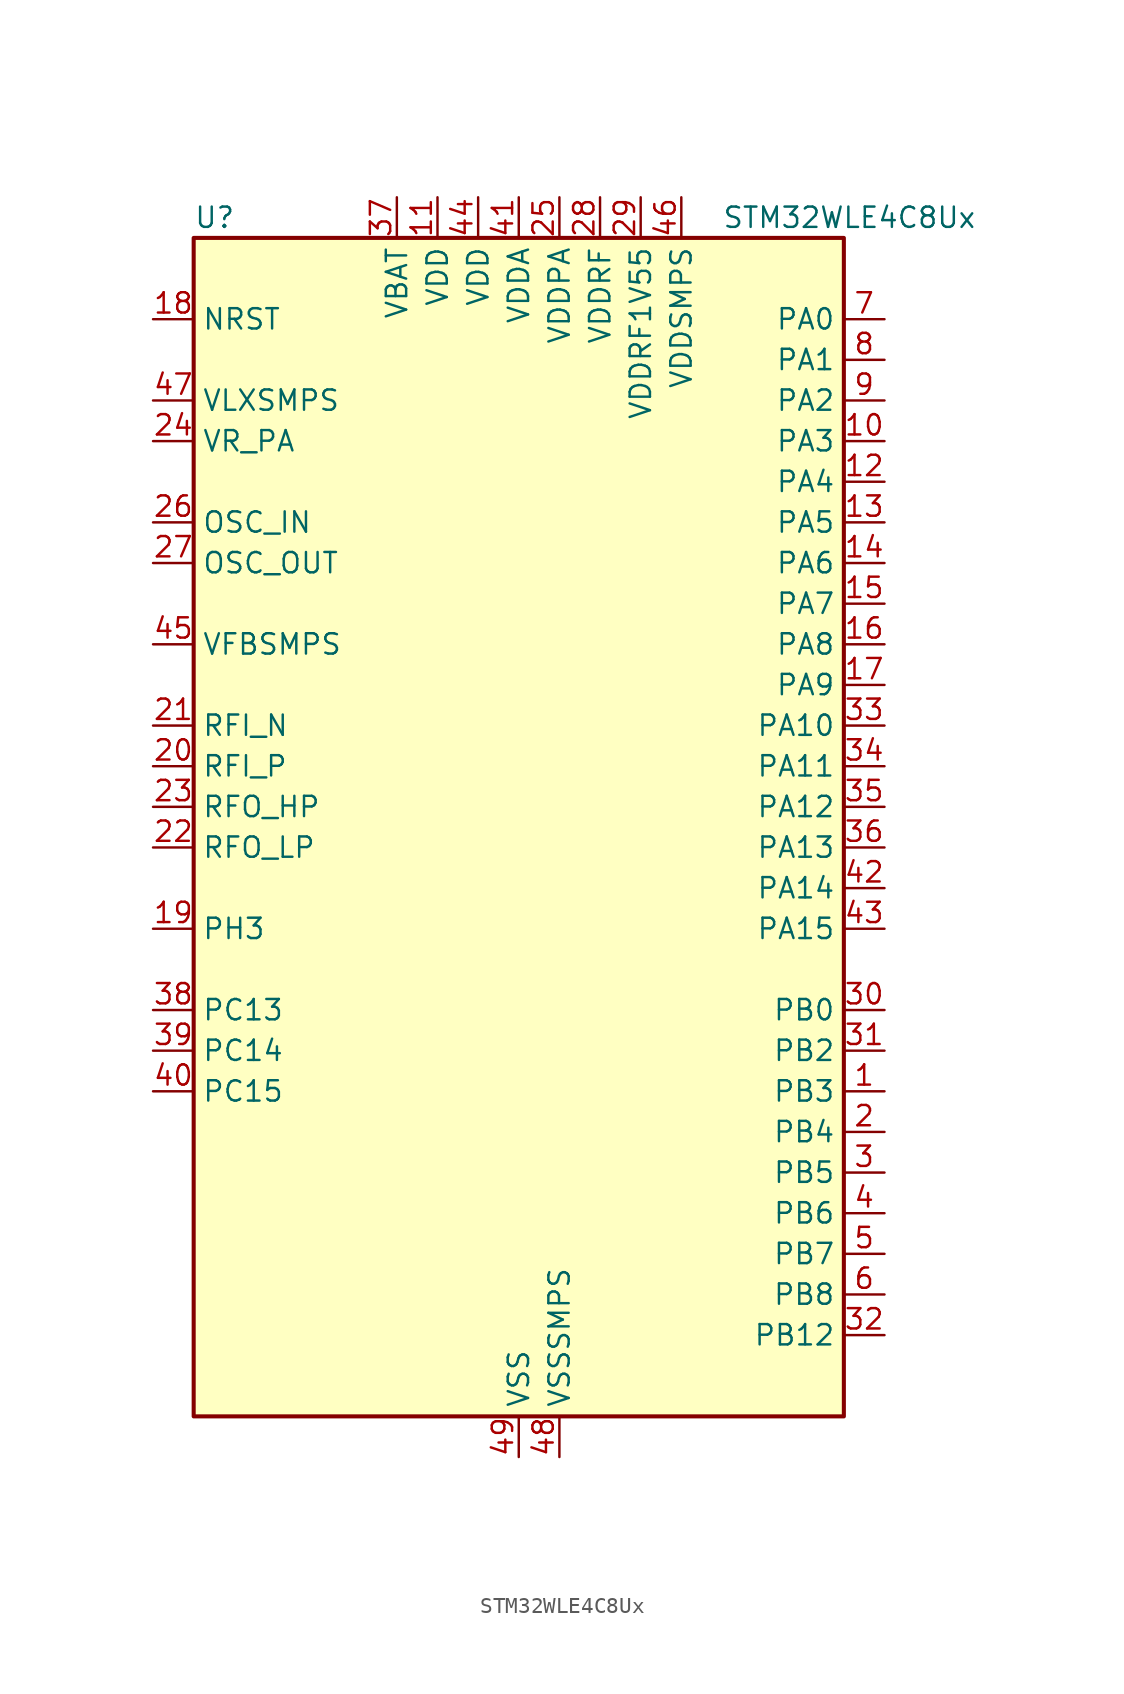
<source format=kicad_sym>
(kicad_symbol_lib
  (version 20241209)
  (generator "kicad_symbol_editor")
  (generator_version "9.0")
  (symbol "STM32WLE4C8Ux"
    (property "Reference" "U"
      (at -20.32 39.37 0)
      (effects (font (size 1.27 1.27)) (justify left)))
    (property "Value" "STM32WLE4C8Ux"
      (at 12.7 39.37 0)
      (effects (font (size 1.27 1.27)) (justify left)))
    (symbol "STM32WLE4C8Ux_0_1"
      (rectangle (start -20.32 -35.56) (end 20.32 38.1) (stroke (width 0.254) (type default)) (fill (type background))))
    (symbol "STM32WLE4C8Ux_1_1"
      (pin input line (at -22.86 33.02 0) (length 2.54) (name "NRST" (effects (font (size 1.27 1.27)))) (number "18" (effects (font (size 1.27 1.27)))))
      (pin power_in line (at -22.86 27.94 0) (length 2.54) (name "VLXSMPS" (effects (font (size 1.27 1.27)))) (number "47" (effects (font (size 1.27 1.27)))))
      (pin power_in line (at -22.86 25.4 0) (length 2.54) (name "VR_PA" (effects (font (size 1.27 1.27)))) (number "24" (effects (font (size 1.27 1.27)))))
      (pin input line (at -22.86 20.32 0) (length 2.54) (name "OSC_IN" (effects (font (size 1.27 1.27)))) (number "26" (effects (font (size 1.27 1.27)))) (alternate "RCC_OSC_IN" bidirectional line))
      (pin input line (at -22.86 17.78 0) (length 2.54) (name "OSC_OUT" (effects (font (size 1.27 1.27)))) (number "27" (effects (font (size 1.27 1.27)))) (alternate "RCC_OSC_OUT" bidirectional line))
      (pin input line (at -22.86 12.7 0) (length 2.54) (name "VFBSMPS" (effects (font (size 1.27 1.27)))) (number "45" (effects (font (size 1.27 1.27)))))
      (pin bidirectional line (at -22.86 7.62 0) (length 2.54) (name "RFI_N" (effects (font (size 1.27 1.27)))) (number "21" (effects (font (size 1.27 1.27)))))
      (pin bidirectional line (at -22.86 5.08 0) (length 2.54) (name "RFI_P" (effects (font (size 1.27 1.27)))) (number "20" (effects (font (size 1.27 1.27)))))
      (pin bidirectional line (at -22.86 2.54 0) (length 2.54) (name "RFO_HP" (effects (font (size 1.27 1.27)))) (number "23" (effects (font (size 1.27 1.27)))))
      (pin bidirectional line (at -22.86 0 0) (length 2.54) (name "RFO_LP" (effects (font (size 1.27 1.27)))) (number "22" (effects (font (size 1.27 1.27)))))
      (pin bidirectional line (at -22.86 -5.08 0) (length 2.54) (name "PH3" (effects (font (size 1.27 1.27)))) (number "19" (effects (font (size 1.27 1.27)))))
      (pin bidirectional line (at -22.86 -10.16 0) (length 2.54) (name "PC13" (effects (font (size 1.27 1.27)))) (number "38" (effects (font (size 1.27 1.27)))) (alternate "PWR_WKUP2" bidirectional line) (alternate "RTC_OUT1" bidirectional line) (alternate "RTC_TAMP_IN1" bidirectional line) (alternate "RTC_TS" bidirectional line))
      (pin bidirectional line (at -22.86 -12.7 0) (length 2.54) (name "PC14" (effects (font (size 1.27 1.27)))) (number "39" (effects (font (size 1.27 1.27)))) (alternate "RCC_OSC32_IN" bidirectional line))
      (pin bidirectional line (at -22.86 -15.24 0) (length 2.54) (name "PC15" (effects (font (size 1.27 1.27)))) (number "40" (effects (font (size 1.27 1.27)))) (alternate "RCC_OSC32_OUT" bidirectional line))
      (pin power_in line (at -7.62 40.64 270) (length 2.54) (name "VBAT" (effects (font (size 1.27 1.27)))) (number "37" (effects (font (size 1.27 1.27)))))
      (pin power_in line (at -5.08 40.64 270) (length 2.54) (name "VDD" (effects (font (size 1.27 1.27)))) (number "11" (effects (font (size 1.27 1.27)))))
      (pin power_in line (at -2.54 40.64 270) (length 2.54) (name "VDD" (effects (font (size 1.27 1.27)))) (number "44" (effects (font (size 1.27 1.27)))))
      (pin power_in line (at 0 40.64 270) (length 2.54) (name "VDDA" (effects (font (size 1.27 1.27)))) (number "41" (effects (font (size 1.27 1.27)))))
      (pin power_in line (at 0 -38.1 90) (length 2.54) (name "VSS" (effects (font (size 1.27 1.27)))) (number "49" (effects (font (size 1.27 1.27)))))
      (pin power_in line (at 2.54 40.64 270) (length 2.54) (name "VDDPA" (effects (font (size 1.27 1.27)))) (number "25" (effects (font (size 1.27 1.27)))))
      (pin power_in line (at 2.54 -38.1 90) (length 2.54) (name "VSSSMPS" (effects (font (size 1.27 1.27)))) (number "48" (effects (font (size 1.27 1.27)))))
      (pin power_in line (at 5.08 40.64 270) (length 2.54) (name "VDDRF" (effects (font (size 1.27 1.27)))) (number "28" (effects (font (size 1.27 1.27)))))
      (pin power_in line (at 7.62 40.64 270) (length 2.54) (name "VDDRF1V55" (effects (font (size 1.27 1.27)))) (number "29" (effects (font (size 1.27 1.27)))))
      (pin power_in line (at 10.16 40.64 270) (length 2.54) (name "VDDSMPS" (effects (font (size 1.27 1.27)))) (number "46" (effects (font (size 1.27 1.27)))))
      (pin bidirectional line (at 22.86 33.02 180) (length 2.54) (name "PA0" (effects (font (size 1.27 1.27)))) (number "7" (effects (font (size 1.27 1.27)))) (alternate "COMP1_OUT" bidirectional line) (alternate "DEBUG_PWR-REGLP1S" bidirectional line) (alternate "I2C3_SMBA" bidirectional line) (alternate "I2S_CKIN" bidirectional line) (alternate "PWR_WKUP1" bidirectional line) (alternate "RTC_TAMP_IN2" bidirectional line) (alternate "TIM2_CH1" bidirectional line) (alternate "TIM2_ETR" bidirectional line) (alternate "USART2_CTS" bidirectional line) (alternate "USART2_NSS" bidirectional line))
      (pin bidirectional line (at 22.86 30.48 180) (length 2.54) (name "PA1" (effects (font (size 1.27 1.27)))) (number "8" (effects (font (size 1.27 1.27)))) (alternate "DEBUG_PWR-REGLP2S" bidirectional line) (alternate "I2C1_SMBA" bidirectional line) (alternate "LPTIM3_OUT" bidirectional line) (alternate "LPUART1_RTS" bidirectional line) (alternate "SPI1_SCK" bidirectional line) (alternate "TIM2_CH2" bidirectional line) (alternate "USART2_DE" bidirectional line) (alternate "USART2_RTS" bidirectional line))
      (pin bidirectional line (at 22.86 27.94 180) (length 2.54) (name "PA2" (effects (font (size 1.27 1.27)))) (number "9" (effects (font (size 1.27 1.27)))) (alternate "COMP2_OUT" bidirectional line) (alternate "DEBUG_PWR-LDORDY" bidirectional line) (alternate "LPUART1_TX" bidirectional line) (alternate "RCC_LSCO" bidirectional line) (alternate "TIM2_CH3" bidirectional line) (alternate "USART2_TX" bidirectional line))
      (pin bidirectional line (at 22.86 25.4 180) (length 2.54) (name "PA3" (effects (font (size 1.27 1.27)))) (number "10" (effects (font (size 1.27 1.27)))) (alternate "I2S2_MCK" bidirectional line) (alternate "LPUART1_RX" bidirectional line) (alternate "TIM2_CH4" bidirectional line) (alternate "USART2_RX" bidirectional line))
      (pin bidirectional line (at 22.86 22.86 180) (length 2.54) (name "PA4" (effects (font (size 1.27 1.27)))) (number "12" (effects (font (size 1.27 1.27)))) (alternate "DEBUG_SUBGHZSPI-NSSOUT" bidirectional line) (alternate "LPTIM1_OUT" bidirectional line) (alternate "LPTIM2_OUT" bidirectional line) (alternate "RTC_OUT2" bidirectional line) (alternate "SPI1_NSS" bidirectional line) (alternate "USART2_CK" bidirectional line))
      (pin bidirectional line (at 22.86 20.32 180) (length 2.54) (name "PA5" (effects (font (size 1.27 1.27)))) (number "13" (effects (font (size 1.27 1.27)))) (alternate "DEBUG_SUBGHZSPI-SCKOUT" bidirectional line) (alternate "LPTIM2_ETR" bidirectional line) (alternate "SPI1_SCK" bidirectional line) (alternate "SPI2_MISO" bidirectional line) (alternate "TIM2_CH1" bidirectional line) (alternate "TIM2_ETR" bidirectional line))
      (pin bidirectional line (at 22.86 17.78 180) (length 2.54) (name "PA6" (effects (font (size 1.27 1.27)))) (number "14" (effects (font (size 1.27 1.27)))) (alternate "DEBUG_SUBGHZSPI-MISOOUT" bidirectional line) (alternate "I2C2_SMBA" bidirectional line) (alternate "LPUART1_CTS" bidirectional line) (alternate "SPI1_MISO" bidirectional line) (alternate "TIM16_CH1" bidirectional line) (alternate "TIM1_BKIN" bidirectional line))
      (pin bidirectional line (at 22.86 15.24 180) (length 2.54) (name "PA7" (effects (font (size 1.27 1.27)))) (number "15" (effects (font (size 1.27 1.27)))) (alternate "COMP2_OUT" bidirectional line) (alternate "DEBUG_SUBGHZSPI-MOSIOUT" bidirectional line) (alternate "I2C3_SCL" bidirectional line) (alternate "SPI1_MOSI" bidirectional line) (alternate "TIM17_CH1" bidirectional line) (alternate "TIM1_CH1N" bidirectional line))
      (pin bidirectional line (at 22.86 12.7 180) (length 2.54) (name "PA8" (effects (font (size 1.27 1.27)))) (number "16" (effects (font (size 1.27 1.27)))) (alternate "I2S2_CK" bidirectional line) (alternate "LPTIM2_OUT" bidirectional line) (alternate "RCC_MCO" bidirectional line) (alternate "SPI2_SCK" bidirectional line) (alternate "TIM1_CH1" bidirectional line) (alternate "USART1_CK" bidirectional line))
      (pin bidirectional line (at 22.86 10.16 180) (length 2.54) (name "PA9" (effects (font (size 1.27 1.27)))) (number "17" (effects (font (size 1.27 1.27)))) (alternate "DAC_EXTI9" bidirectional line) (alternate "I2C1_SCL" bidirectional line) (alternate "I2S2_CK" bidirectional line) (alternate "I2S2_WS" bidirectional line) (alternate "SPI2_NSS" bidirectional line) (alternate "SPI2_SCK" bidirectional line) (alternate "TIM1_CH2" bidirectional line) (alternate "USART1_TX" bidirectional line))
      (pin bidirectional line (at 22.86 7.62 180) (length 2.54) (name "PA10" (effects (font (size 1.27 1.27)))) (number "33" (effects (font (size 1.27 1.27)))) (alternate "ADC_IN6" bidirectional line) (alternate "COMP1_INM" bidirectional line) (alternate "COMP2_INM" bidirectional line) (alternate "DAC_OUT1" bidirectional line) (alternate "DEBUG_RF-HSE32RDY" bidirectional line) (alternate "I2C1_SDA" bidirectional line) (alternate "I2S2_SD" bidirectional line) (alternate "RTC_REFIN" bidirectional line) (alternate "SPI2_MOSI" bidirectional line) (alternate "TIM17_BKIN" bidirectional line) (alternate "TIM1_CH3" bidirectional line) (alternate "USART1_RX" bidirectional line))
      (pin bidirectional line (at 22.86 5.08 180) (length 2.54) (name "PA11" (effects (font (size 1.27 1.27)))) (number "34" (effects (font (size 1.27 1.27)))) (alternate "ADC_EXTI11" bidirectional line) (alternate "ADC_IN7" bidirectional line) (alternate "COMP1_INM" bidirectional line) (alternate "COMP2_INM" bidirectional line) (alternate "DEBUG_RF-NRESET" bidirectional line) (alternate "I2C2_SDA" bidirectional line) (alternate "LPTIM3_ETR" bidirectional line) (alternate "SPI1_MISO" bidirectional line) (alternate "TIM1_BKIN2" bidirectional line) (alternate "TIM1_CH4" bidirectional line) (alternate "USART1_CTS" bidirectional line) (alternate "USART1_NSS" bidirectional line))
      (pin bidirectional line (at 22.86 2.54 180) (length 2.54) (name "PA12" (effects (font (size 1.27 1.27)))) (number "35" (effects (font (size 1.27 1.27)))) (alternate "ADC_IN8" bidirectional line) (alternate "DEBUG_RF-BUSY" bidirectional line) (alternate "I2C2_SCL" bidirectional line) (alternate "LPTIM3_IN1" bidirectional line) (alternate "SPI1_MOSI" bidirectional line) (alternate "TIM1_ETR" bidirectional line) (alternate "USART1_DE" bidirectional line) (alternate "USART1_RTS" bidirectional line))
      (pin bidirectional line (at 22.86 0 180) (length 2.54) (name "PA13" (effects (font (size 1.27 1.27)))) (number "36" (effects (font (size 1.27 1.27)))) (alternate "ADC_IN9" bidirectional line) (alternate "DEBUG_JTMS-SWDIO" bidirectional line) (alternate "I2C2_SMBA" bidirectional line) (alternate "IR_OUT" bidirectional line))
      (pin bidirectional line (at 22.86 -2.54 180) (length 2.54) (name "PA14" (effects (font (size 1.27 1.27)))) (number "42" (effects (font (size 1.27 1.27)))) (alternate "ADC_IN10" bidirectional line) (alternate "DEBUG_JTCK-SWCLK" bidirectional line) (alternate "I2C1_SMBA" bidirectional line) (alternate "LPTIM1_OUT" bidirectional line))
      (pin bidirectional line (at 22.86 -5.08 180) (length 2.54) (name "PA15" (effects (font (size 1.27 1.27)))) (number "43" (effects (font (size 1.27 1.27)))) (alternate "ADC_IN11" bidirectional line) (alternate "COMP1_INM" bidirectional line) (alternate "COMP2_INP" bidirectional line) (alternate "DEBUG_JTDI" bidirectional line) (alternate "I2C2_SDA" bidirectional line) (alternate "SPI1_NSS" bidirectional line) (alternate "TIM2_CH1" bidirectional line) (alternate "TIM2_ETR" bidirectional line))
      (pin bidirectional line (at 22.86 -10.16 180) (length 2.54) (name "PB0" (effects (font (size 1.27 1.27)))) (number "30" (effects (font (size 1.27 1.27)))) (alternate "COMP1_OUT" bidirectional line) (alternate "VDDTCXO" bidirectional line))
      (pin bidirectional line (at 22.86 -12.7 180) (length 2.54) (name "PB2" (effects (font (size 1.27 1.27)))) (number "31" (effects (font (size 1.27 1.27)))) (alternate "ADC_IN4" bidirectional line) (alternate "COMP1_INP" bidirectional line) (alternate "COMP2_INM" bidirectional line) (alternate "DEBUG_RF-SMPSRDY" bidirectional line) (alternate "I2C3_SMBA" bidirectional line) (alternate "LPTIM1_OUT" bidirectional line) (alternate "SPI1_NSS" bidirectional line))
      (pin bidirectional line (at 22.86 -15.24 180) (length 2.54) (name "PB3" (effects (font (size 1.27 1.27)))) (number "1" (effects (font (size 1.27 1.27)))) (alternate "ADC_IN2" bidirectional line) (alternate "COMP1_INM" bidirectional line) (alternate "COMP2_INM" bidirectional line) (alternate "DEBUG_JTDO-SWO" bidirectional line) (alternate "DEBUG_RF-DTB1" bidirectional line) (alternate "PWR_WKUP3" bidirectional line) (alternate "RTC_TAMP_IN3" bidirectional line) (alternate "SPI1_SCK" bidirectional line) (alternate "TIM2_CH2" bidirectional line) (alternate "USART1_DE" bidirectional line) (alternate "USART1_RTS" bidirectional line))
      (pin bidirectional line (at 22.86 -17.78 180) (length 2.54) (name "PB4" (effects (font (size 1.27 1.27)))) (number "2" (effects (font (size 1.27 1.27)))) (alternate "ADC_IN3" bidirectional line) (alternate "COMP1_INP" bidirectional line) (alternate "COMP2_INP" bidirectional line) (alternate "DEBUG_JTRST" bidirectional line) (alternate "DEBUG_RF-LDORDY" bidirectional line) (alternate "I2C3_SDA" bidirectional line) (alternate "SPI1_MISO" bidirectional line) (alternate "TIM17_BKIN" bidirectional line) (alternate "USART1_CTS" bidirectional line) (alternate "USART1_NSS" bidirectional line))
      (pin bidirectional line (at 22.86 -20.32 180) (length 2.54) (name "PB5" (effects (font (size 1.27 1.27)))) (number "3" (effects (font (size 1.27 1.27)))) (alternate "COMP2_OUT" bidirectional line) (alternate "I2C1_SMBA" bidirectional line) (alternate "LPTIM1_IN1" bidirectional line) (alternate "SPI1_MOSI" bidirectional line) (alternate "TIM16_BKIN" bidirectional line) (alternate "USART1_CK" bidirectional line))
      (pin bidirectional line (at 22.86 -22.86 180) (length 2.54) (name "PB6" (effects (font (size 1.27 1.27)))) (number "4" (effects (font (size 1.27 1.27)))) (alternate "I2C1_SCL" bidirectional line) (alternate "LPTIM1_ETR" bidirectional line) (alternate "TIM16_CH1N" bidirectional line) (alternate "USART1_TX" bidirectional line))
      (pin bidirectional line (at 22.86 -25.4 180) (length 2.54) (name "PB7" (effects (font (size 1.27 1.27)))) (number "5" (effects (font (size 1.27 1.27)))) (alternate "I2C1_SDA" bidirectional line) (alternate "LPTIM1_IN2" bidirectional line) (alternate "PWR_PVD_IN" bidirectional line) (alternate "TIM17_CH1N" bidirectional line) (alternate "TIM1_BKIN" bidirectional line) (alternate "USART1_RX" bidirectional line))
      (pin bidirectional line (at 22.86 -27.94 180) (length 2.54) (name "PB8" (effects (font (size 1.27 1.27)))) (number "6" (effects (font (size 1.27 1.27)))) (alternate "I2C1_SCL" bidirectional line) (alternate "TIM16_CH1" bidirectional line) (alternate "TIM1_CH2N" bidirectional line))
      (pin bidirectional line (at 22.86 -30.48 180) (length 2.54) (name "PB12" (effects (font (size 1.27 1.27)))) (number "32" (effects (font (size 1.27 1.27)))) (alternate "I2C3_SMBA" bidirectional line) (alternate "I2S2_WS" bidirectional line) (alternate "LPUART1_RTS" bidirectional line) (alternate "SPI2_NSS" bidirectional line) (alternate "TIM1_BKIN" bidirectional line)))))
</source>
